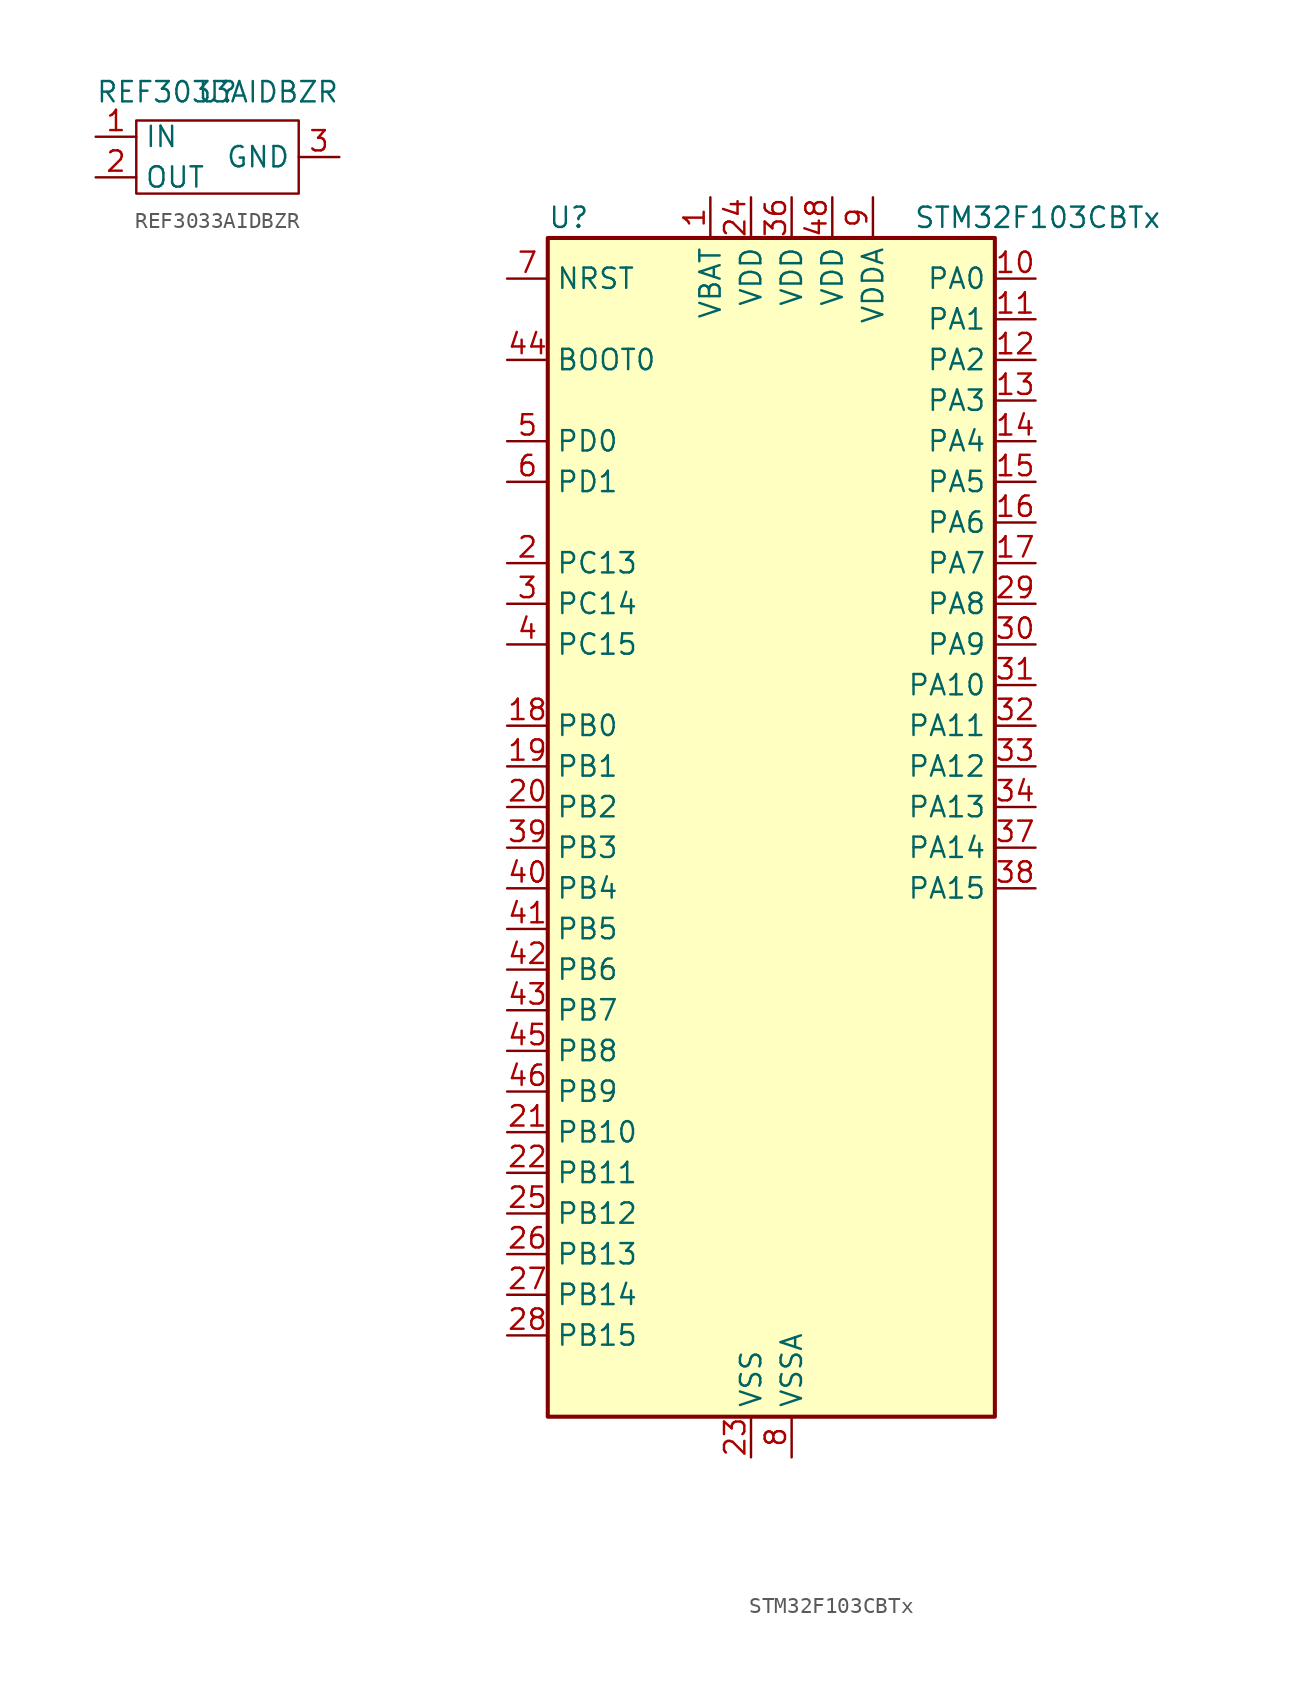
<source format=kicad_sym>
(kicad_symbol_lib
  (version 20231120)
  (generator "kicad_symbol_editor")
  (generator_version "8.0")
  (symbol "REF3033AIDBZR"
    (property "Reference" "U"
      (at 0 4.064 0)
      (effects (font (size 1.27 1.27))))
    (property "Value" "REF3033AIDBZR"
      (at 0 4.064 0)
      (effects (font (size 1.27 1.27))))
    (symbol "REF3033AIDBZR_1_1"
      (rectangle (start -5.08 2.286) (end 5.08 -2.286) (stroke (width 0) (type default)) (fill (type none)))
      (pin output line (at -7.62 1.27 0) (length 2.54) (name "IN" (effects (font (size 1.27 1.27)))) (number "1" (effects (font (size 1.27 1.27)))))
      (pin output line (at -7.62 -1.27 0) (length 2.54) (name "OUT" (effects (font (size 1.27 1.27)))) (number "2" (effects (font (size 1.27 1.27)))))
      (pin output line (at 7.62 0 180) (length 2.54) (name "GND" (effects (font (size 1.27 1.27)))) (number "3" (effects (font (size 1.27 1.27)))))))
  (symbol "STM32F103CBTx"
    (property "Reference" "U"
      (at -12.7 39.37 0)
      (effects (font (size 1.27 1.27)) (justify left)))
    (property "Value" "STM32F103CBTx"
      (at 10.16 39.37 0)
      (effects (font (size 1.27 1.27)) (justify left)))
    (property "ki_locked" ""
      (at 0 0 0)
      (effects (font (size 1.27 1.27))))
    (symbol "STM32F103CBTx_0_1"
      (rectangle (start -12.7 -35.56) (end 15.24 38.1) (stroke (width 0.254) (type default)) (fill (type background))))
    (symbol "STM32F103CBTx_1_1"
      (pin power_in line (at -2.54 40.64 270) (length 2.54) (name "VBAT" (effects (font (size 1.27 1.27)))) (number "1" (effects (font (size 1.27 1.27)))))
      (pin bidirectional line (at 17.78 35.56 180) (length 2.54) (name "PA0" (effects (font (size 1.27 1.27)))) (number "10" (effects (font (size 1.27 1.27)))) (alternate "ADC1_IN0" bidirectional line) (alternate "ADC2_IN0" bidirectional line) (alternate "SYS_WKUP" bidirectional line) (alternate "TIM2_CH1" bidirectional line) (alternate "TIM2_ETR" bidirectional line) (alternate "USART2_CTS" bidirectional line))
      (pin bidirectional line (at 17.78 33.02 180) (length 2.54) (name "PA1" (effects (font (size 1.27 1.27)))) (number "11" (effects (font (size 1.27 1.27)))) (alternate "ADC1_IN1" bidirectional line) (alternate "ADC2_IN1" bidirectional line) (alternate "TIM2_CH2" bidirectional line) (alternate "USART2_RTS" bidirectional line))
      (pin bidirectional line (at 17.78 30.48 180) (length 2.54) (name "PA2" (effects (font (size 1.27 1.27)))) (number "12" (effects (font (size 1.27 1.27)))) (alternate "ADC1_IN2" bidirectional line) (alternate "ADC2_IN2" bidirectional line) (alternate "TIM2_CH3" bidirectional line) (alternate "USART2_TX" bidirectional line))
      (pin bidirectional line (at 17.78 27.94 180) (length 2.54) (name "PA3" (effects (font (size 1.27 1.27)))) (number "13" (effects (font (size 1.27 1.27)))) (alternate "ADC1_IN3" bidirectional line) (alternate "ADC2_IN3" bidirectional line) (alternate "TIM2_CH4" bidirectional line) (alternate "USART2_RX" bidirectional line))
      (pin bidirectional line (at 17.78 25.4 180) (length 2.54) (name "PA4" (effects (font (size 1.27 1.27)))) (number "14" (effects (font (size 1.27 1.27)))) (alternate "ADC1_IN4" bidirectional line) (alternate "ADC2_IN4" bidirectional line) (alternate "SPI1_NSS" bidirectional line) (alternate "USART2_CK" bidirectional line))
      (pin bidirectional line (at 17.78 22.86 180) (length 2.54) (name "PA5" (effects (font (size 1.27 1.27)))) (number "15" (effects (font (size 1.27 1.27)))) (alternate "ADC1_IN5" bidirectional line) (alternate "ADC2_IN5" bidirectional line) (alternate "SPI1_SCK" bidirectional line))
      (pin bidirectional line (at 17.78 20.32 180) (length 2.54) (name "PA6" (effects (font (size 1.27 1.27)))) (number "16" (effects (font (size 1.27 1.27)))) (alternate "ADC1_IN6" bidirectional line) (alternate "ADC2_IN6" bidirectional line) (alternate "SPI1_MISO" bidirectional line) (alternate "TIM1_BKIN" bidirectional line) (alternate "TIM3_CH1" bidirectional line))
      (pin bidirectional line (at 17.78 17.78 180) (length 2.54) (name "PA7" (effects (font (size 1.27 1.27)))) (number "17" (effects (font (size 1.27 1.27)))) (alternate "ADC1_IN7" bidirectional line) (alternate "ADC2_IN7" bidirectional line) (alternate "SPI1_MOSI" bidirectional line) (alternate "TIM1_CH1N" bidirectional line) (alternate "TIM3_CH2" bidirectional line))
      (pin bidirectional line (at -15.24 7.62 0) (length 2.54) (name "PB0" (effects (font (size 1.27 1.27)))) (number "18" (effects (font (size 1.27 1.27)))) (alternate "ADC1_IN8" bidirectional line) (alternate "ADC2_IN8" bidirectional line) (alternate "TIM1_CH2N" bidirectional line) (alternate "TIM3_CH3" bidirectional line))
      (pin bidirectional line (at -15.24 5.08 0) (length 2.54) (name "PB1" (effects (font (size 1.27 1.27)))) (number "19" (effects (font (size 1.27 1.27)))) (alternate "ADC1_IN9" bidirectional line) (alternate "ADC2_IN9" bidirectional line) (alternate "TIM1_CH3N" bidirectional line) (alternate "TIM3_CH4" bidirectional line))
      (pin bidirectional line (at -15.24 17.78 0) (length 2.54) (name "PC13" (effects (font (size 1.27 1.27)))) (number "2" (effects (font (size 1.27 1.27)))) (alternate "RTC_OUT" bidirectional line) (alternate "RTC_TAMPER" bidirectional line))
      (pin bidirectional line (at -15.24 2.54 0) (length 2.54) (name "PB2" (effects (font (size 1.27 1.27)))) (number "20" (effects (font (size 1.27 1.27)))))
      (pin bidirectional line (at -15.24 -17.78 0) (length 2.54) (name "PB10" (effects (font (size 1.27 1.27)))) (number "21" (effects (font (size 1.27 1.27)))) (alternate "I2C2_SCL" bidirectional line) (alternate "TIM2_CH3" bidirectional line) (alternate "USART3_TX" bidirectional line))
      (pin bidirectional line (at -15.24 -20.32 0) (length 2.54) (name "PB11" (effects (font (size 1.27 1.27)))) (number "22" (effects (font (size 1.27 1.27)))) (alternate "ADC1_EXTI11" bidirectional line) (alternate "ADC2_EXTI11" bidirectional line) (alternate "I2C2_SDA" bidirectional line) (alternate "TIM2_CH4" bidirectional line) (alternate "USART3_RX" bidirectional line))
      (pin power_in line (at 0 -38.1 90) (length 2.54) (name "VSS" (effects (font (size 1.27 1.27)))) (number "23" (effects (font (size 1.27 1.27)))))
      (pin power_in line (at 0 40.64 270) (length 2.54) (name "VDD" (effects (font (size 1.27 1.27)))) (number "24" (effects (font (size 1.27 1.27)))))
      (pin bidirectional line (at -15.24 -22.86 0) (length 2.54) (name "PB12" (effects (font (size 1.27 1.27)))) (number "25" (effects (font (size 1.27 1.27)))) (alternate "I2C2_SMBA" bidirectional line) (alternate "SPI2_NSS" bidirectional line) (alternate "TIM1_BKIN" bidirectional line) (alternate "USART3_CK" bidirectional line))
      (pin bidirectional line (at -15.24 -25.4 0) (length 2.54) (name "PB13" (effects (font (size 1.27 1.27)))) (number "26" (effects (font (size 1.27 1.27)))) (alternate "SPI2_SCK" bidirectional line) (alternate "TIM1_CH1N" bidirectional line) (alternate "USART3_CTS" bidirectional line))
      (pin bidirectional line (at -15.24 -27.94 0) (length 2.54) (name "PB14" (effects (font (size 1.27 1.27)))) (number "27" (effects (font (size 1.27 1.27)))) (alternate "SPI2_MISO" bidirectional line) (alternate "TIM1_CH2N" bidirectional line) (alternate "USART3_RTS" bidirectional line))
      (pin bidirectional line (at -15.24 -30.48 0) (length 2.54) (name "PB15" (effects (font (size 1.27 1.27)))) (number "28" (effects (font (size 1.27 1.27)))) (alternate "ADC1_EXTI15" bidirectional line) (alternate "ADC2_EXTI15" bidirectional line) (alternate "SPI2_MOSI" bidirectional line) (alternate "TIM1_CH3N" bidirectional line))
      (pin bidirectional line (at 17.78 15.24 180) (length 2.54) (name "PA8" (effects (font (size 1.27 1.27)))) (number "29" (effects (font (size 1.27 1.27)))) (alternate "RCC_MCO" bidirectional line) (alternate "TIM1_CH1" bidirectional line) (alternate "USART1_CK" bidirectional line))
      (pin bidirectional line (at -15.24 15.24 0) (length 2.54) (name "PC14" (effects (font (size 1.27 1.27)))) (number "3" (effects (font (size 1.27 1.27)))) (alternate "RCC_OSC32_IN" bidirectional line))
      (pin bidirectional line (at 17.78 12.7 180) (length 2.54) (name "PA9" (effects (font (size 1.27 1.27)))) (number "30" (effects (font (size 1.27 1.27)))) (alternate "TIM1_CH2" bidirectional line) (alternate "USART1_TX" bidirectional line))
      (pin bidirectional line (at 17.78 10.16 180) (length 2.54) (name "PA10" (effects (font (size 1.27 1.27)))) (number "31" (effects (font (size 1.27 1.27)))) (alternate "TIM1_CH3" bidirectional line) (alternate "USART1_RX" bidirectional line))
      (pin bidirectional line (at 17.78 7.62 180) (length 2.54) (name "PA11" (effects (font (size 1.27 1.27)))) (number "32" (effects (font (size 1.27 1.27)))) (alternate "ADC1_EXTI11" bidirectional line) (alternate "ADC2_EXTI11" bidirectional line) (alternate "CAN_RX" bidirectional line) (alternate "TIM1_CH4" bidirectional line) (alternate "USART1_CTS" bidirectional line) (alternate "USB_DM" bidirectional line))
      (pin bidirectional line (at 17.78 5.08 180) (length 2.54) (name "PA12" (effects (font (size 1.27 1.27)))) (number "33" (effects (font (size 1.27 1.27)))) (alternate "CAN_TX" bidirectional line) (alternate "TIM1_ETR" bidirectional line) (alternate "USART1_RTS" bidirectional line) (alternate "USB_DP" bidirectional line))
      (pin bidirectional line (at 17.78 2.54 180) (length 2.54) (name "PA13" (effects (font (size 1.27 1.27)))) (number "34" (effects (font (size 1.27 1.27)))) (alternate "SYS_JTMS-SWDIO" bidirectional line))
      (pin passive line (at 0 -38.1 90) (length 2.54) hide (name "VSS" (effects (font (size 1.27 1.27)))) (number "35" (effects (font (size 1.27 1.27)))))
      (pin power_in line (at 2.54 40.64 270) (length 2.54) (name "VDD" (effects (font (size 1.27 1.27)))) (number "36" (effects (font (size 1.27 1.27)))))
      (pin bidirectional line (at 17.78 0 180) (length 2.54) (name "PA14" (effects (font (size 1.27 1.27)))) (number "37" (effects (font (size 1.27 1.27)))) (alternate "SYS_JTCK-SWCLK" bidirectional line))
      (pin bidirectional line (at 17.78 -2.54 180) (length 2.54) (name "PA15" (effects (font (size 1.27 1.27)))) (number "38" (effects (font (size 1.27 1.27)))) (alternate "ADC1_EXTI15" bidirectional line) (alternate "ADC2_EXTI15" bidirectional line) (alternate "SPI1_NSS" bidirectional line) (alternate "SYS_JTDI" bidirectional line) (alternate "TIM2_CH1" bidirectional line) (alternate "TIM2_ETR" bidirectional line))
      (pin bidirectional line (at -15.24 0 0) (length 2.54) (name "PB3" (effects (font (size 1.27 1.27)))) (number "39" (effects (font (size 1.27 1.27)))) (alternate "SPI1_SCK" bidirectional line) (alternate "SYS_JTDO-TRACESWO" bidirectional line) (alternate "TIM2_CH2" bidirectional line))
      (pin bidirectional line (at -15.24 12.7 0) (length 2.54) (name "PC15" (effects (font (size 1.27 1.27)))) (number "4" (effects (font (size 1.27 1.27)))) (alternate "ADC1_EXTI15" bidirectional line) (alternate "ADC2_EXTI15" bidirectional line) (alternate "RCC_OSC32_OUT" bidirectional line))
      (pin bidirectional line (at -15.24 -2.54 0) (length 2.54) (name "PB4" (effects (font (size 1.27 1.27)))) (number "40" (effects (font (size 1.27 1.27)))) (alternate "SPI1_MISO" bidirectional line) (alternate "SYS_NJTRST" bidirectional line) (alternate "TIM3_CH1" bidirectional line))
      (pin bidirectional line (at -15.24 -5.08 0) (length 2.54) (name "PB5" (effects (font (size 1.27 1.27)))) (number "41" (effects (font (size 1.27 1.27)))) (alternate "I2C1_SMBA" bidirectional line) (alternate "SPI1_MOSI" bidirectional line) (alternate "TIM3_CH2" bidirectional line))
      (pin bidirectional line (at -15.24 -7.62 0) (length 2.54) (name "PB6" (effects (font (size 1.27 1.27)))) (number "42" (effects (font (size 1.27 1.27)))) (alternate "I2C1_SCL" bidirectional line) (alternate "TIM4_CH1" bidirectional line) (alternate "USART1_TX" bidirectional line))
      (pin bidirectional line (at -15.24 -10.16 0) (length 2.54) (name "PB7" (effects (font (size 1.27 1.27)))) (number "43" (effects (font (size 1.27 1.27)))) (alternate "I2C1_SDA" bidirectional line) (alternate "TIM4_CH2" bidirectional line) (alternate "USART1_RX" bidirectional line))
      (pin input line (at -15.24 30.48 0) (length 2.54) (name "BOOT0" (effects (font (size 1.27 1.27)))) (number "44" (effects (font (size 1.27 1.27)))))
      (pin bidirectional line (at -15.24 -12.7 0) (length 2.54) (name "PB8" (effects (font (size 1.27 1.27)))) (number "45" (effects (font (size 1.27 1.27)))) (alternate "CAN_RX" bidirectional line) (alternate "I2C1_SCL" bidirectional line) (alternate "TIM4_CH3" bidirectional line))
      (pin bidirectional line (at -15.24 -15.24 0) (length 2.54) (name "PB9" (effects (font (size 1.27 1.27)))) (number "46" (effects (font (size 1.27 1.27)))) (alternate "CAN_TX" bidirectional line) (alternate "I2C1_SDA" bidirectional line) (alternate "TIM4_CH4" bidirectional line))
      (pin passive line (at 0 -38.1 90) (length 2.54) hide (name "VSS" (effects (font (size 1.27 1.27)))) (number "47" (effects (font (size 1.27 1.27)))))
      (pin power_in line (at 5.08 40.64 270) (length 2.54) (name "VDD" (effects (font (size 1.27 1.27)))) (number "48" (effects (font (size 1.27 1.27)))))
      (pin bidirectional line (at -15.24 25.4 0) (length 2.54) (name "PD0" (effects (font (size 1.27 1.27)))) (number "5" (effects (font (size 1.27 1.27)))) (alternate "RCC_OSC_IN" bidirectional line))
      (pin bidirectional line (at -15.24 22.86 0) (length 2.54) (name "PD1" (effects (font (size 1.27 1.27)))) (number "6" (effects (font (size 1.27 1.27)))) (alternate "RCC_OSC_OUT" bidirectional line))
      (pin input line (at -15.24 35.56 0) (length 2.54) (name "NRST" (effects (font (size 1.27 1.27)))) (number "7" (effects (font (size 1.27 1.27)))))
      (pin power_in line (at 2.54 -38.1 90) (length 2.54) (name "VSSA" (effects (font (size 1.27 1.27)))) (number "8" (effects (font (size 1.27 1.27)))))
      (pin power_in line (at 7.62 40.64 270) (length 2.54) (name "VDDA" (effects (font (size 1.27 1.27)))) (number "9" (effects (font (size 1.27 1.27))))))))
</source>
